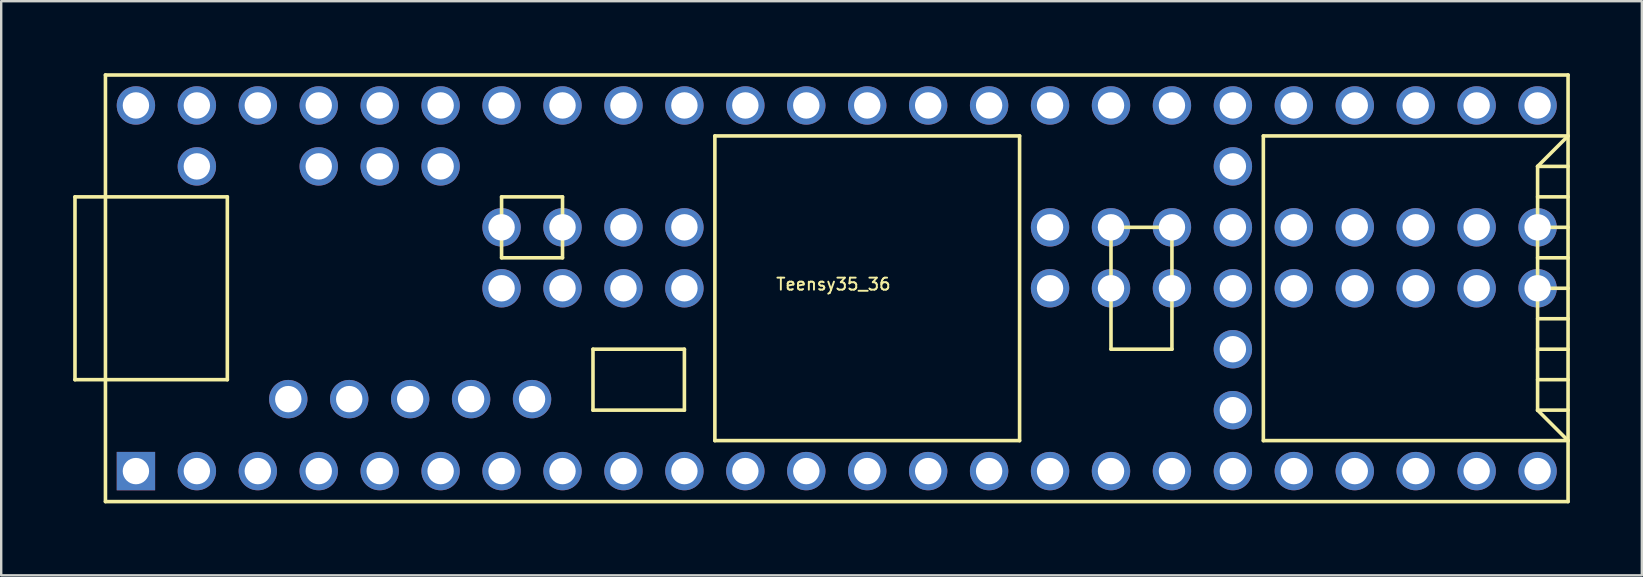
<source format=kicad_pcb>
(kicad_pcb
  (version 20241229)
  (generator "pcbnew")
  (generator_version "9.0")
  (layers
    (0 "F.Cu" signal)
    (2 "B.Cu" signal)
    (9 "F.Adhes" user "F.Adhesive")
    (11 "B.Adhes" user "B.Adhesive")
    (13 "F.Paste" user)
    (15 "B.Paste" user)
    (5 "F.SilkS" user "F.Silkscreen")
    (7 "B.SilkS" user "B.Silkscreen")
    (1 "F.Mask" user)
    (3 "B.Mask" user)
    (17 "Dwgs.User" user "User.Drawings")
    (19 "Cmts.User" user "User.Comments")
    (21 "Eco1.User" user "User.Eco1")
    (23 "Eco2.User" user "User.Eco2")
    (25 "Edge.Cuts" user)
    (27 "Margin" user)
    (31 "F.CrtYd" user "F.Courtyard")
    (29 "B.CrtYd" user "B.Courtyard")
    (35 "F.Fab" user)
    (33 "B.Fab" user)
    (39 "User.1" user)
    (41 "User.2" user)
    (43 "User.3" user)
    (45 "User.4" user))
  (footprint "Teensy35_36"
    (layer "F.Cu")
    (at 31.825 8.965)
    (property "Reference" "Teensy35_36" (at -0.14 -0.17 0) (layer "F.SilkS") (effects (font (size 0.5 0.5) (thickness 0.08))))
    (attr through_hole)
    (fp_line (start -31.75 -3.81) (end -30.48 -3.81) (stroke (width 0.15) (type solid)) (layer "F.SilkS"))
    (fp_line (start -31.75 3.81) (end -31.75 -3.81) (stroke (width 0.15) (type solid)) (layer "F.SilkS"))
    (fp_line (start -30.48 3.81) (end -31.75 3.81) (stroke (width 0.15) (type solid)) (layer "F.SilkS"))
    (fp_line (start -30.48 8.89) (end -30.48 -8.89) (stroke (width 0.15) (type solid)) (layer "F.SilkS"))
    (fp_line (start -30.48 8.89) (end 30.48 8.89) (stroke (width 0.15) (type solid)) (layer "F.SilkS"))
    (fp_line (start -25.4 -3.81) (end -30.48 -3.81) (stroke (width 0.15) (type solid)) (layer "F.SilkS"))
    (fp_line (start -25.4 3.81) (end -30.48 3.81) (stroke (width 0.15) (type solid)) (layer "F.SilkS"))
    (fp_line (start -25.4 3.81) (end -25.4 -3.81) (stroke (width 0.15) (type solid)) (layer "F.SilkS"))
    (fp_line (start -13.97 -3.81) (end -13.97 -1.27) (stroke (width 0.15) (type solid)) (layer "F.SilkS"))
    (fp_line (start -13.97 -1.27) (end -11.43 -1.27) (stroke (width 0.15) (type solid)) (layer "F.SilkS"))
    (fp_line (start -11.43 -3.81) (end -13.97 -3.81) (stroke (width 0.15) (type solid)) (layer "F.SilkS"))
    (fp_line (start -11.43 -1.27) (end -11.43 -3.81) (stroke (width 0.15) (type solid)) (layer "F.SilkS"))
    (fp_line (start -10.16 2.54) (end -6.35 2.54) (stroke (width 0.15) (type solid)) (layer "F.SilkS"))
    (fp_line (start -10.16 5.08) (end -10.16 2.54) (stroke (width 0.15) (type solid)) (layer "F.SilkS"))
    (fp_line (start -6.35 2.54) (end -6.35 5.08) (stroke (width 0.15) (type solid)) (layer "F.SilkS"))
    (fp_line (start -6.35 5.08) (end -10.16 5.08) (stroke (width 0.15) (type solid)) (layer "F.SilkS"))
    (fp_line (start -5.08 -6.35) (end -5.08 6.35) (stroke (width 0.15) (type solid)) (layer "F.SilkS"))
    (fp_line (start -5.08 -6.35) (end 7.62 -6.35) (stroke (width 0.15) (type solid)) (layer "F.SilkS"))
    (fp_line (start -5.08 6.35) (end 7.62 6.35) (stroke (width 0.15) (type solid)) (layer "F.SilkS"))
    (fp_line (start 7.62 6.35) (end 7.62 -6.35) (stroke (width 0.15) (type solid)) (layer "F.SilkS"))
    (fp_line (start 11.43 -2.54) (end 13.97 -2.54) (stroke (width 0.15) (type solid)) (layer "F.SilkS"))
    (fp_line (start 11.43 2.54) (end 11.43 -2.54) (stroke (width 0.15) (type solid)) (layer "F.SilkS"))
    (fp_line (start 13.97 -2.54) (end 13.97 2.54) (stroke (width 0.15) (type solid)) (layer "F.SilkS"))
    (fp_line (start 13.97 2.54) (end 11.43 2.54) (stroke (width 0.15) (type solid)) (layer "F.SilkS"))
    (fp_line (start 17.78 -6.35) (end 17.78 6.35) (stroke (width 0.15) (type solid)) (layer "F.SilkS"))
    (fp_line (start 17.78 6.35) (end 30.48 6.35) (stroke (width 0.15) (type solid)) (layer "F.SilkS"))
    (fp_line (start 29.21 -5.08) (end 30.48 -6.35) (stroke (width 0.15) (type solid)) (layer "F.SilkS"))
    (fp_line (start 29.21 -5.08) (end 30.48 -5.08) (stroke (width 0.15) (type solid)) (layer "F.SilkS"))
    (fp_line (start 29.21 -3.81) (end 30.48 -3.81) (stroke (width 0.15) (type solid)) (layer "F.SilkS"))
    (fp_line (start 29.21 -2.54) (end 30.48 -2.54) (stroke (width 0.15) (type solid)) (layer "F.SilkS"))
    (fp_line (start 29.21 -1.27) (end 30.48 -1.27) (stroke (width 0.15) (type solid)) (layer "F.SilkS"))
    (fp_line (start 29.21 0) (end 30.48 0) (stroke (width 0.15) (type solid)) (layer "F.SilkS"))
    (fp_line (start 29.21 1.27) (end 30.48 1.27) (stroke (width 0.15) (type solid)) (layer "F.SilkS"))
    (fp_line (start 29.21 2.54) (end 30.48 2.54) (stroke (width 0.15) (type solid)) (layer "F.SilkS"))
    (fp_line (start 29.21 3.81) (end 30.48 3.81) (stroke (width 0.15) (type solid)) (layer "F.SilkS"))
    (fp_line (start 29.21 5.08) (end 29.21 -5.08) (stroke (width 0.15) (type solid)) (layer "F.SilkS"))
    (fp_line (start 29.21 5.08) (end 30.48 5.08) (stroke (width 0.15) (type solid)) (layer "F.SilkS"))
    (fp_line (start 30.48 -8.89) (end -30.48 -8.89) (stroke (width 0.15) (type solid)) (layer "F.SilkS"))
    (fp_line (start 30.48 -8.89) (end 30.48 8.89) (stroke (width 0.15) (type solid)) (layer "F.SilkS"))
    (fp_line (start 30.48 -6.35) (end 17.78 -6.35) (stroke (width 0.15) (type solid)) (layer "F.SilkS"))
    (fp_line (start 30.48 6.35) (end 29.21 5.08) (stroke (width 0.15) (type solid)) (layer "F.SilkS"))
    (pad "1" thru_hole rect (at -29.21 7.62) (size 1.6 1.6) (drill 1.1) (layers "*.Cu" "*.Mask"))
    (pad "2" thru_hole circle (at -26.67 7.62) (size 1.6 1.6) (drill 1.1) (layers "*.Cu" "*.Mask"))
    (pad "3" thru_hole circle (at -24.13 7.62) (size 1.6 1.6) (drill 1.1) (layers "*.Cu" "*.Mask"))
    (pad "4" thru_hole circle (at -21.59 7.62) (size 1.6 1.6) (drill 1.1) (layers "*.Cu" "*.Mask"))
    (pad "5" thru_hole circle (at -19.05 7.62) (size 1.6 1.6) (drill 1.1) (layers "*.Cu" "*.Mask"))
    (pad "6" thru_hole circle (at -16.51 7.62) (size 1.6 1.6) (drill 1.1) (layers "*.Cu" "*.Mask"))
    (pad "7" thru_hole circle (at -13.97 7.62) (size 1.6 1.6) (drill 1.1) (layers "*.Cu" "*.Mask"))
    (pad "8" thru_hole circle (at -11.43 7.62) (size 1.6 1.6) (drill 1.1) (layers "*.Cu" "*.Mask"))
    (pad "9" thru_hole circle (at -8.89 7.62) (size 1.6 1.6) (drill 1.1) (layers "*.Cu" "*.Mask"))
    (pad "10" thru_hole circle (at -6.35 7.62) (size 1.6 1.6) (drill 1.1) (layers "*.Cu" "*.Mask"))
    (pad "11" thru_hole circle (at -3.81 7.62) (size 1.6 1.6) (drill 1.1) (layers "*.Cu" "*.Mask"))
    (pad "12" thru_hole circle (at -1.27 7.62) (size 1.6 1.6) (drill 1.1) (layers "*.Cu" "*.Mask"))
    (pad "13" thru_hole circle (at 1.27 7.62) (size 1.6 1.6) (drill 1.1) (layers "*.Cu" "*.Mask"))
    (pad "14" thru_hole circle (at 3.81 7.62) (size 1.6 1.6) (drill 1.1) (layers "*.Cu" "*.Mask"))
    (pad "15" thru_hole circle (at 6.35 7.62) (size 1.6 1.6) (drill 1.1) (layers "*.Cu" "*.Mask"))
    (pad "16" thru_hole circle (at 8.89 7.62) (size 1.6 1.6) (drill 1.1) (layers "*.Cu" "*.Mask"))
    (pad "17" thru_hole circle (at 11.43 7.62) (size 1.6 1.6) (drill 1.1) (layers "*.Cu" "*.Mask"))
    (pad "18" thru_hole circle (at 13.97 7.62) (size 1.6 1.6) (drill 1.1) (layers "*.Cu" "*.Mask"))
    (pad "19" thru_hole circle (at 16.51 7.62) (size 1.6 1.6) (drill 1.1) (layers "*.Cu" "*.Mask"))
    (pad "20" thru_hole circle (at 19.05 7.62) (size 1.6 1.6) (drill 1.1) (layers "*.Cu" "*.Mask"))
    (pad "21" thru_hole circle (at 21.59 7.62) (size 1.6 1.6) (drill 1.1) (layers "*.Cu" "*.Mask"))
    (pad "22" thru_hole circle (at 24.13 7.62) (size 1.6 1.6) (drill 1.1) (layers "*.Cu" "*.Mask"))
    (pad "23" thru_hole circle (at 26.67 7.62) (size 1.6 1.6) (drill 1.1) (layers "*.Cu" "*.Mask"))
    (pad "24" thru_hole circle (at 29.21 7.62) (size 1.6 1.6) (drill 1.1) (layers "*.Cu" "*.Mask"))
    (pad "25" thru_hole circle (at 16.51 5.08) (size 1.6 1.6) (drill 1.1) (layers "*.Cu" "*.Mask"))
    (pad "26" thru_hole circle (at 16.51 2.54) (size 1.6 1.6) (drill 1.1) (layers "*.Cu" "*.Mask"))
    (pad "27" thru_hole circle (at 16.51 0) (size 1.6 1.6) (drill 1.1) (layers "*.Cu" "*.Mask"))
    (pad "28" thru_hole circle (at 16.51 -2.54) (size 1.6 1.6) (drill 1.1) (layers "*.Cu" "*.Mask"))
    (pad "29" thru_hole circle (at 16.51 -5.08) (size 1.6 1.6) (drill 1.1) (layers "*.Cu" "*.Mask"))
    (pad "30" thru_hole circle (at 29.21 -7.62) (size 1.6 1.6) (drill 1.1) (layers "*.Cu" "*.Mask"))
    (pad "31" thru_hole circle (at 26.67 -7.62) (size 1.6 1.6) (drill 1.1) (layers "*.Cu" "*.Mask"))
    (pad "32" thru_hole circle (at 24.13 -7.62) (size 1.6 1.6) (drill 1.1) (layers "*.Cu" "*.Mask"))
    (pad "33" thru_hole circle (at 21.59 -7.62) (size 1.6 1.6) (drill 1.1) (layers "*.Cu" "*.Mask"))
    (pad "34" thru_hole circle (at 19.05 -7.62) (size 1.6 1.6) (drill 1.1) (layers "*.Cu" "*.Mask"))
    (pad "35" thru_hole circle (at 16.51 -7.62) (size 1.6 1.6) (drill 1.1) (layers "*.Cu" "*.Mask"))
    (pad "36" thru_hole circle (at 13.97 -7.62) (size 1.6 1.6) (drill 1.1) (layers "*.Cu" "*.Mask"))
    (pad "37" thru_hole circle (at 11.43 -7.62) (size 1.6 1.6) (drill 1.1) (layers "*.Cu" "*.Mask"))
    (pad "38" thru_hole circle (at 8.89 -7.62) (size 1.6 1.6) (drill 1.1) (layers "*.Cu" "*.Mask"))
    (pad "39" thru_hole circle (at 6.35 -7.62) (size 1.6 1.6) (drill 1.1) (layers "*.Cu" "*.Mask"))
    (pad "40" thru_hole circle (at 3.81 -7.62) (size 1.6 1.6) (drill 1.1) (layers "*.Cu" "*.Mask"))
    (pad "41" thru_hole circle (at 1.27 -7.62) (size 1.6 1.6) (drill 1.1) (layers "*.Cu" "*.Mask"))
    (pad "42" thru_hole circle (at -1.27 -7.62) (size 1.6 1.6) (drill 1.1) (layers "*.Cu" "*.Mask"))
    (pad "43" thru_hole circle (at -3.81 -7.62) (size 1.6 1.6) (drill 1.1) (layers "*.Cu" "*.Mask"))
    (pad "44" thru_hole circle (at -6.35 -7.62) (size 1.6 1.6) (drill 1.1) (layers "*.Cu" "*.Mask"))
    (pad "45" thru_hole circle (at -8.89 -7.62) (size 1.6 1.6) (drill 1.1) (layers "*.Cu" "*.Mask"))
    (pad "46" thru_hole circle (at -11.43 -7.62) (size 1.6 1.6) (drill 1.1) (layers "*.Cu" "*.Mask"))
    (pad "47" thru_hole circle (at -13.97 -7.62) (size 1.6 1.6) (drill 1.1) (layers "*.Cu" "*.Mask"))
    (pad "48" thru_hole circle (at -16.51 -7.62) (size 1.6 1.6) (drill 1.1) (layers "*.Cu" "*.Mask"))
    (pad "49" thru_hole circle (at -19.05 -7.62) (size 1.6 1.6) (drill 1.1) (layers "*.Cu" "*.Mask"))
    (pad "50" thru_hole circle (at -21.59 -7.62) (size 1.6 1.6) (drill 1.1) (layers "*.Cu" "*.Mask"))
    (pad "51" thru_hole circle (at -24.13 -7.62) (size 1.6 1.6) (drill 1.1) (layers "*.Cu" "*.Mask"))
    (pad "52" thru_hole circle (at -26.67 -7.62) (size 1.6 1.6) (drill 1.1) (layers "*.Cu" "*.Mask"))
    (pad "53" thru_hole circle (at -29.21 -7.62) (size 1.6 1.6) (drill 1.1) (layers "*.Cu" "*.Mask"))
    (pad "54" thru_hole circle (at -26.67 -5.08) (size 1.6 1.6) (drill 1.1) (layers "*.Cu" "*.Mask"))
    (pad "55" thru_hole circle (at -21.59 -5.08) (size 1.6 1.6) (drill 1.1) (layers "*.Cu" "*.Mask"))
    (pad "56" thru_hole circle (at -19.05 -5.08) (size 1.6 1.6) (drill 1.1) (layers "*.Cu" "*.Mask"))
    (pad "57" thru_hole circle (at -16.51 -5.08) (size 1.6 1.6) (drill 1.1) (layers "*.Cu" "*.Mask"))
    (pad "58" thru_hole circle (at -22.86 4.62) (size 1.6 1.6) (drill 1.1) (layers "*.Cu" "*.Mask"))
    (pad "59" thru_hole circle (at -20.32 4.62) (size 1.6 1.6) (drill 1.1) (layers "*.Cu" "*.Mask"))
    (pad "60" thru_hole circle (at -17.78 4.62) (size 1.6 1.6) (drill 1.1) (layers "*.Cu" "*.Mask"))
    (pad "61" thru_hole circle (at -15.24 4.62) (size 1.6 1.6) (drill 1.1) (layers "*.Cu" "*.Mask"))
    (pad "62" thru_hole circle (at -12.7 4.62) (size 1.6 1.6) (drill 1.1) (layers "*.Cu" "*.Mask"))
    (pad "63" thru_hole circle (at -13.97 0) (size 1.6 1.6) (drill 1.1) (layers "*.Cu" "*.Mask"))
    (pad "64" thru_hole circle (at -11.43 0) (size 1.6 1.6) (drill 1.1) (layers "*.Cu" "*.Mask"))
    (pad "65" thru_hole circle (at -8.89 0) (size 1.6 1.6) (drill 1.1) (layers "*.Cu" "*.Mask"))
    (pad "66" thru_hole circle (at -6.35 0) (size 1.6 1.6) (drill 1.1) (layers "*.Cu" "*.Mask"))
    (pad "67" thru_hole circle (at 8.89 0) (size 1.6 1.6) (drill 1.1) (layers "*.Cu" "*.Mask"))
    (pad "68" thru_hole circle (at 11.43 0) (size 1.6 1.6) (drill 1.1) (layers "*.Cu" "*.Mask"))
    (pad "69" thru_hole circle (at 13.97 0) (size 1.6 1.6) (drill 1.1) (layers "*.Cu" "*.Mask"))
    (pad "70" thru_hole circle (at 19.05 0) (size 1.6 1.6) (drill 1.1) (layers "*.Cu" "*.Mask"))
    (pad "71" thru_hole circle (at 21.59 0) (size 1.6 1.6) (drill 1.1) (layers "*.Cu" "*.Mask"))
    (pad "72" thru_hole circle (at 24.13 0) (size 1.6 1.6) (drill 1.1) (layers "*.Cu" "*.Mask"))
    (pad "73" thru_hole circle (at 26.67 0) (size 1.6 1.6) (drill 1.1) (layers "*.Cu" "*.Mask"))
    (pad "74" thru_hole circle (at 29.21 0) (size 1.6 1.6) (drill 1.1) (layers "*.Cu" "*.Mask"))
    (pad "75" thru_hole circle (at 29.21 -2.54) (size 1.6 1.6) (drill 1.1) (layers "*.Cu" "*.Mask"))
    (pad "76" thru_hole circle (at 26.67 -2.54) (size 1.6 1.6) (drill 1.1) (layers "*.Cu" "*.Mask"))
    (pad "77" thru_hole circle (at 24.13 -2.54) (size 1.6 1.6) (drill 1.1) (layers "*.Cu" "*.Mask"))
    (pad "78" thru_hole circle (at 21.59 -2.54) (size 1.6 1.6) (drill 1.1) (layers "*.Cu" "*.Mask"))
    (pad "79" thru_hole circle (at 19.05 -2.54) (size 1.6 1.6) (drill 1.1) (layers "*.Cu" "*.Mask"))
    (pad "80" thru_hole circle (at 13.97 -2.54) (size 1.6 1.6) (drill 1.1) (layers "*.Cu" "*.Mask"))
    (pad "81" thru_hole circle (at 11.43 -2.54) (size 1.6 1.6) (drill 1.1) (layers "*.Cu" "*.Mask"))
    (pad "82" thru_hole circle (at 8.89 -2.54) (size 1.6 1.6) (drill 1.1) (layers "*.Cu" "*.Mask"))
    (pad "83" thru_hole circle (at -6.35 -2.54) (size 1.6 1.6) (drill 1.1) (layers "*.Cu" "*.Mask"))
    (pad "84" thru_hole circle (at -8.89 -2.54) (size 1.6 1.6) (drill 1.1) (layers "*.Cu" "*.Mask"))
    (pad "85" thru_hole circle (at -11.43 -2.54) (size 1.6 1.6) (drill 1.1) (layers "*.Cu" "*.Mask"))
    (pad "86" thru_hole circle (at -13.97 -2.54) (size 1.6 1.6) (drill 1.1) (layers "*.Cu" "*.Mask")))
  (gr_rect
    (start -3 -3)
    (end 65.38 20.93)
    (stroke (width 0.1) (type default))
    (fill no)
    (layer "Edge.Cuts")))
</source>
